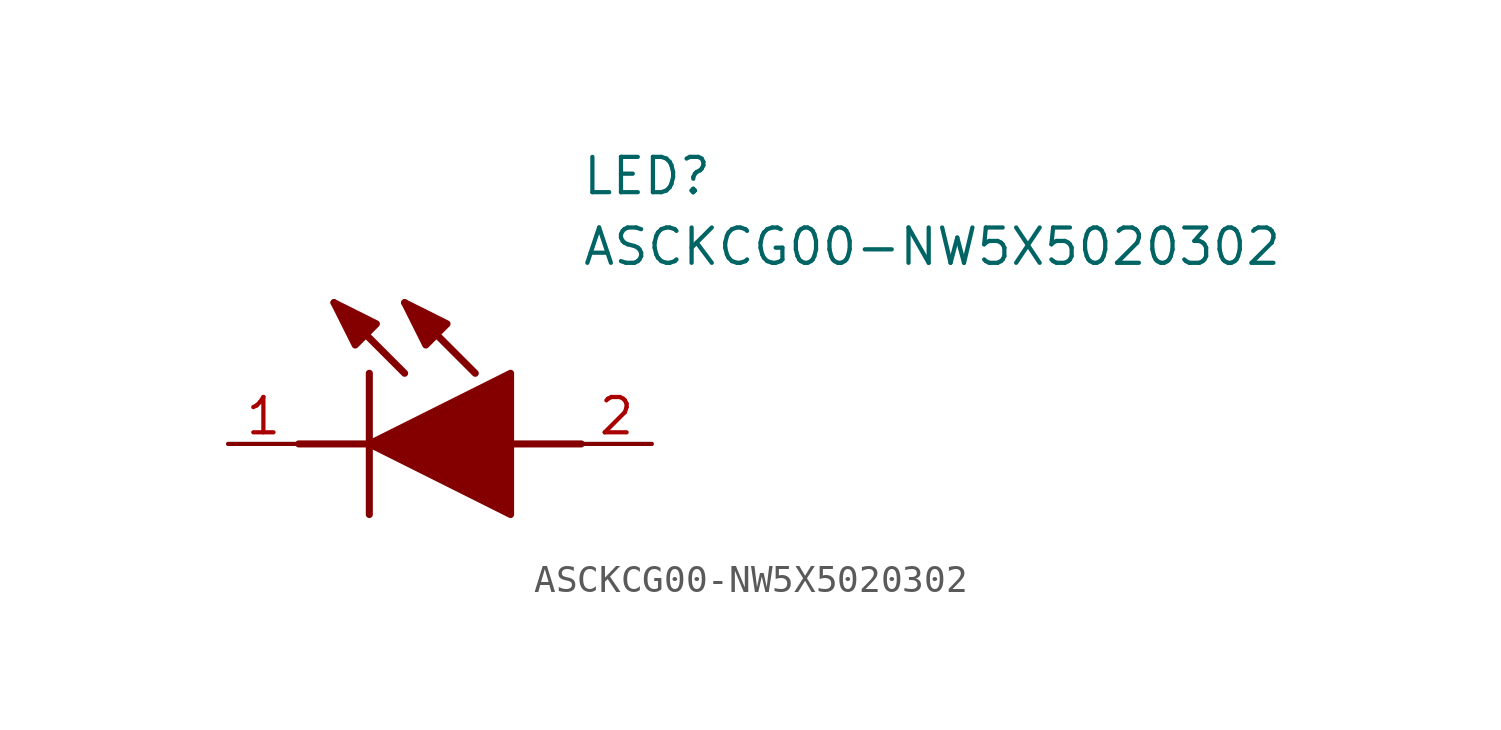
<source format=kicad_sym>
(kicad_symbol_lib
  (version 20211014)
  (generator SamacSys_ECAD_Model)
  (symbol "ASCKCG00-NW5X5020302"
    (pin_names hide)
    (property "Reference" "LED"
      (at 12.7 8.89 0)
      (effects (font (size 1.27 1.27)) (justify left bottom)))
    (property "Value" "ASCKCG00-NW5X5020302"
      (at 12.7 6.35 0)
      (effects (font (size 1.27 1.27)) (justify left bottom)))
    (polyline
      (pts (xy 5.08 2.54) (xy 5.08 -2.54))
      (stroke (width 0.254) (type default))
      (fill (type none)))
    (polyline
      (pts (xy 6.35 2.54) (xy 3.81 5.08))
      (stroke (width 0.254) (type default))
      (fill (type none)))
    (polyline
      (pts (xy 8.89 2.54) (xy 6.35 5.08))
      (stroke (width 0.254) (type default))
      (fill (type none)))
    (polyline
      (pts (xy 2.54 0) (xy 5.08 0))
      (stroke (width 0.254) (type default))
      (fill (type none)))
    (polyline
      (pts (xy 10.16 0) (xy 12.7 0))
      (stroke (width 0.254) (type default))
      (fill (type none)))
    (polyline
      (pts (xy 5.08 0) (xy 10.16 2.54) (xy 10.16 -2.54) (xy 5.08 0))
      (stroke (width 0.254) (type default))
      (fill (type outline)))
    (polyline
      (pts (xy 5.334 4.318) (xy 4.572 3.556) (xy 3.81 5.08) (xy 5.334 4.318))
      (stroke (width 0.254) (type default))
      (fill (type outline)))
    (polyline
      (pts (xy 7.874 4.318) (xy 7.112 3.556) (xy 6.35 5.08) (xy 7.874 4.318))
      (stroke (width 0.254) (type default))
      (fill (type outline)))
    (pin passive line
      (at 0 0 0)
      (length 2.54)
      (name "K" (effects (font (size 1.27 1.27))))
      (number "1" (effects (font (size 1.27 1.27)))))
    (pin passive line
      (at 15.24 0 180)
      (length 2.54)
      (name "A" (effects (font (size 1.27 1.27))))
      (number "2" (effects (font (size 1.27 1.27)))))))
</source>
